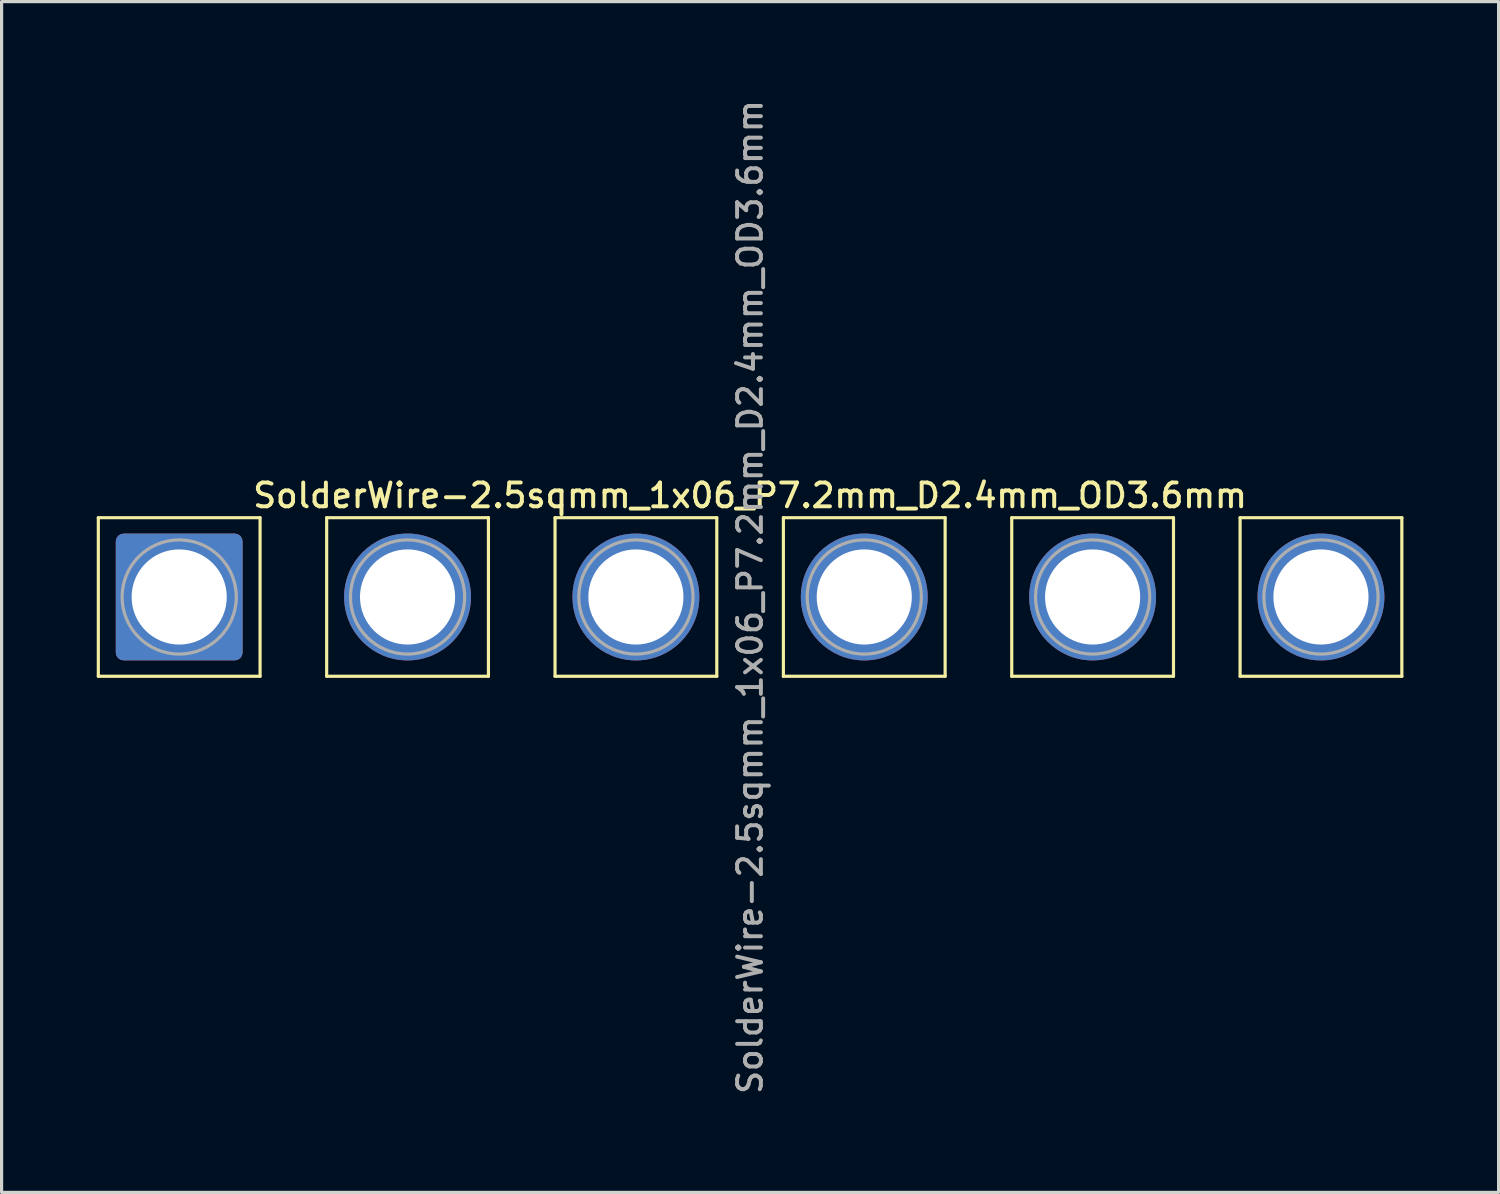
<source format=kicad_pcb>
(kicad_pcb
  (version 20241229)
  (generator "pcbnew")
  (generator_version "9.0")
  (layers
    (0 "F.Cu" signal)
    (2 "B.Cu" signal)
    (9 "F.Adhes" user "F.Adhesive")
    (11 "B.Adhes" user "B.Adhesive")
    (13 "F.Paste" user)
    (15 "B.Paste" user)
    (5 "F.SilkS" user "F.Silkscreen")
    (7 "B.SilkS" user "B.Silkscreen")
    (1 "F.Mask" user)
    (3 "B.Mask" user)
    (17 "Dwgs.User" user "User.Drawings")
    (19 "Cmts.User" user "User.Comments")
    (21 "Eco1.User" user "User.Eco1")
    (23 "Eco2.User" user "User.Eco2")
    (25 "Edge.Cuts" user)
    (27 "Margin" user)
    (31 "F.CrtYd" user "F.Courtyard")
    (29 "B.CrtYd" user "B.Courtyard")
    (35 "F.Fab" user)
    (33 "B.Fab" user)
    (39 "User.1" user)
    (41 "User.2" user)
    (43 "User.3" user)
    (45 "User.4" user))
  (footprint "SolderWire-2.5sqmm_1x06_P7.2mm_D2.4mm_OD3.6mm"
    (layer "F.Cu")
    (at 2.6 15.773)
    (property "Reference" "SolderWire-2.5sqmm_1x06_P7.2mm_D2.4mm_OD3.6mm" (at 18 -3.2 0) (layer "F.SilkS") (effects (font (size 0.75 0.75) (thickness 0.125))))
    (attr exclude_from_pos_files exclude_from_bom)
    (fp_line (start -2.55 -2.5) (end -2.55 2.5) (stroke (width 0.1) (type solid)) (layer "F.SilkS"))
    (fp_line (start -2.55 2.5) (end 2.55 2.5) (stroke (width 0.1) (type solid)) (layer "F.SilkS"))
    (fp_line (start 2.55 -2.5) (end -2.55 -2.5) (stroke (width 0.1) (type solid)) (layer "F.SilkS"))
    (fp_line (start 2.55 2.5) (end 2.55 -2.5) (stroke (width 0.1) (type solid)) (layer "F.SilkS"))
    (fp_line (start 4.65 -2.5) (end 4.65 2.5) (stroke (width 0.1) (type solid)) (layer "F.SilkS"))
    (fp_line (start 4.65 2.5) (end 9.75 2.5) (stroke (width 0.1) (type solid)) (layer "F.SilkS"))
    (fp_line (start 9.75 -2.5) (end 4.65 -2.5) (stroke (width 0.1) (type solid)) (layer "F.SilkS"))
    (fp_line (start 9.75 2.5) (end 9.75 -2.5) (stroke (width 0.1) (type solid)) (layer "F.SilkS"))
    (fp_line (start 11.85 -2.5) (end 11.85 2.5) (stroke (width 0.1) (type solid)) (layer "F.SilkS"))
    (fp_line (start 11.85 2.5) (end 16.95 2.5) (stroke (width 0.1) (type solid)) (layer "F.SilkS"))
    (fp_line (start 16.95 -2.5) (end 11.85 -2.5) (stroke (width 0.1) (type solid)) (layer "F.SilkS"))
    (fp_line (start 16.95 2.5) (end 16.95 -2.5) (stroke (width 0.1) (type solid)) (layer "F.SilkS"))
    (fp_line (start 19.05 -2.5) (end 19.05 2.5) (stroke (width 0.1) (type solid)) (layer "F.SilkS"))
    (fp_line (start 19.05 2.5) (end 24.15 2.5) (stroke (width 0.1) (type solid)) (layer "F.SilkS"))
    (fp_line (start 24.15 -2.5) (end 19.05 -2.5) (stroke (width 0.1) (type solid)) (layer "F.SilkS"))
    (fp_line (start 24.15 2.5) (end 24.15 -2.5) (stroke (width 0.1) (type solid)) (layer "F.SilkS"))
    (fp_line (start 26.25 -2.5) (end 26.25 2.5) (stroke (width 0.1) (type solid)) (layer "F.SilkS"))
    (fp_line (start 26.25 2.5) (end 31.35 2.5) (stroke (width 0.1) (type solid)) (layer "F.SilkS"))
    (fp_line (start 31.35 -2.5) (end 26.25 -2.5) (stroke (width 0.1) (type solid)) (layer "F.SilkS"))
    (fp_line (start 31.35 2.5) (end 31.35 -2.5) (stroke (width 0.1) (type solid)) (layer "F.SilkS"))
    (fp_line (start 33.45 -2.5) (end 33.45 2.5) (stroke (width 0.1) (type solid)) (layer "F.SilkS"))
    (fp_line (start 33.45 2.5) (end 38.55 2.5) (stroke (width 0.1) (type solid)) (layer "F.SilkS"))
    (fp_line (start 38.55 -2.5) (end 33.45 -2.5) (stroke (width 0.1) (type solid)) (layer "F.SilkS"))
    (fp_line (start 38.55 2.5) (end 38.55 -2.5) (stroke (width 0.1) (type solid)) (layer "F.SilkS"))
    (fp_circle (center 0 0) (end 1.8 0) (stroke (width 0.1) (type solid)) (fill no) (layer "F.Fab"))
    (fp_circle (center 7.2 0) (end 9 0) (stroke (width 0.1) (type solid)) (fill no) (layer "F.Fab"))
    (fp_circle (center 14.4 0) (end 16.2 0) (stroke (width 0.1) (type solid)) (fill no) (layer "F.Fab"))
    (fp_circle (center 21.6 0) (end 23.4 0) (stroke (width 0.1) (type solid)) (fill no) (layer "F.Fab"))
    (fp_circle (center 28.8 0) (end 30.6 0) (stroke (width 0.1) (type solid)) (fill no) (layer "F.Fab"))
    (fp_circle (center 36 0) (end 37.8 0) (stroke (width 0.1) (type solid)) (fill no) (layer "F.Fab"))
    (fp_text user "${REFERENCE}" (at 18 0 90) (layer "F.Fab") (effects (font (size 0.75 0.75) (thickness 0.125))))
    (pad "1" thru_hole roundrect (at 0 0) (size 4 4) (drill 3) (layers "*.Cu" "*.Mask") (roundrect_rratio 0.062))
    (pad "2" thru_hole circle (at 7.2 0) (size 4 4) (drill 3) (layers "*.Cu" "*.Mask"))
    (pad "3" thru_hole circle (at 14.4 0) (size 4 4) (drill 3) (layers "*.Cu" "*.Mask"))
    (pad "4" thru_hole circle (at 21.6 0) (size 4 4) (drill 3) (layers "*.Cu" "*.Mask"))
    (pad "5" thru_hole circle (at 28.8 0) (size 4 4) (drill 3) (layers "*.Cu" "*.Mask"))
    (pad "6" thru_hole circle (at 36 0) (size 4 4) (drill 3) (layers "*.Cu" "*.Mask")))
  (gr_rect
    (start -3 -3)
    (end 44.2 34.546)
    (stroke (width 0.1) (type default))
    (fill no)
    (layer "Edge.Cuts")))
</source>
